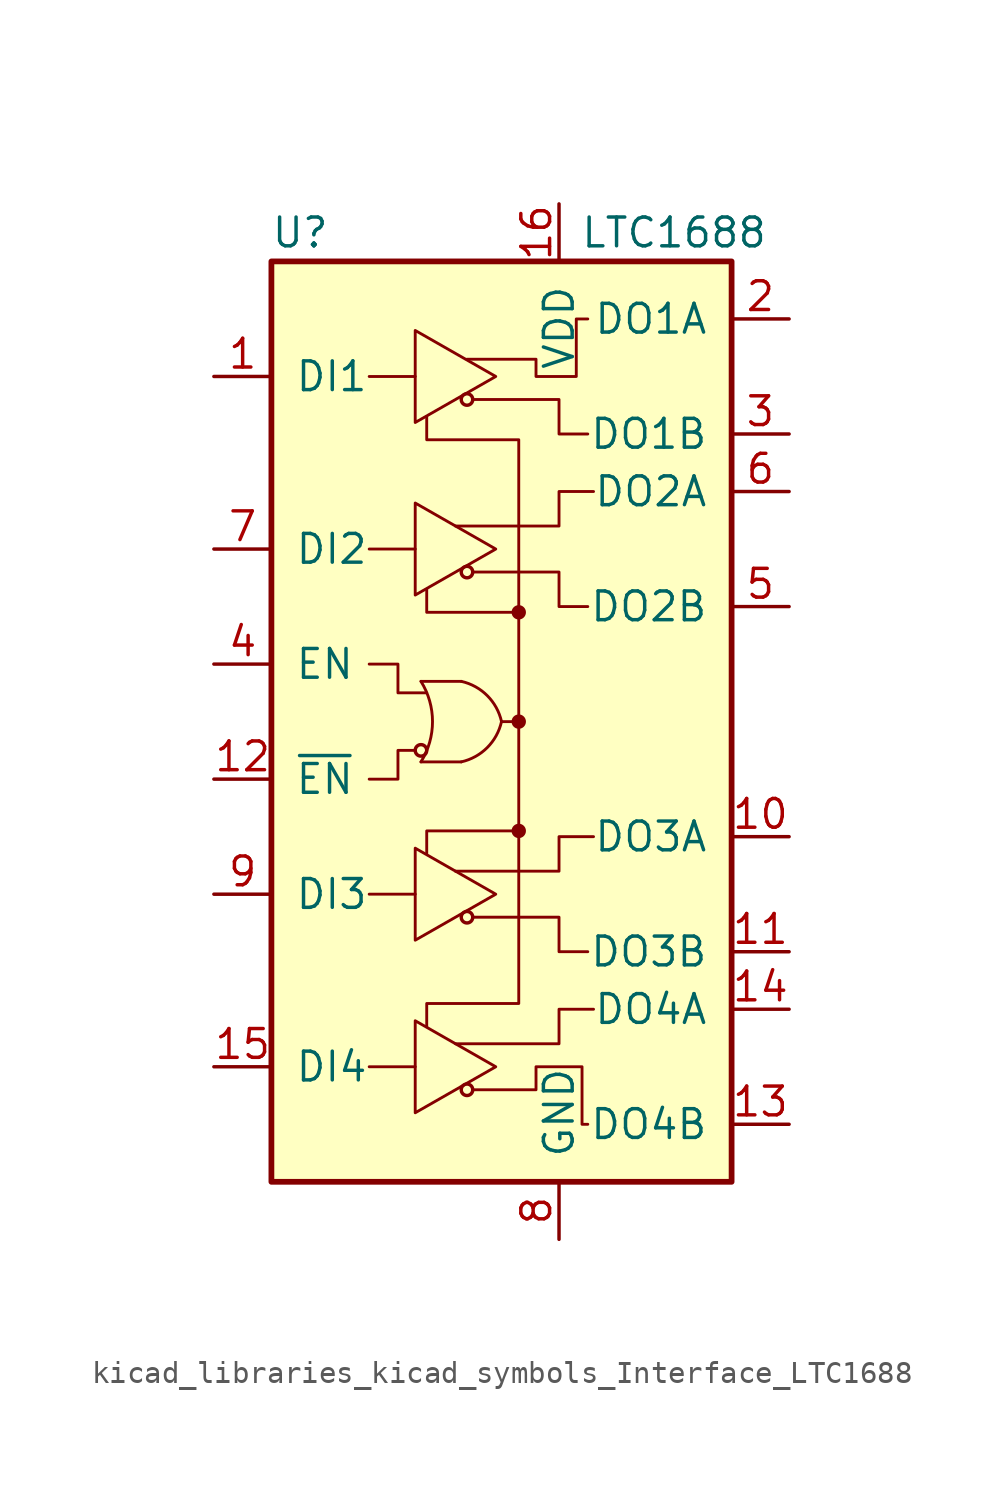
<source format=kicad_sym>
(kicad_symbol_lib
  (version 20220914)
  (generator kicad_symbol_editor)
  (symbol "kicad_libraries_kicad_symbols_Interface_LTC1688"
    (pin_names
      (offset 1.016))
    (property "Reference" "U"
      (at -8.89 21.59 0)
      (effects (font (size 1.27 1.27))))
    (property "Value" "LTC1688"
      (at 7.62 21.59 0)
      (effects (font (size 1.27 1.27))))
    (symbol "kicad_libraries_kicad_symbols_Interface_LTC1688_0_1"
      (rectangle (start -10.16 20.32) (end 10.16 -20.32) (stroke (width 0.254) (type default)) (fill (type background)))
      (polyline (pts (xy -5.842 -15.24) (xy -3.81 -15.24)) (stroke (width 0.127) (type default)) (fill (type none)))
      (polyline (pts (xy -5.842 -7.62) (xy -3.81 -7.62)) (stroke (width 0.127) (type default)) (fill (type none)))
      (polyline (pts (xy -5.842 7.62) (xy -3.81 7.62)) (stroke (width 0.127) (type default)) (fill (type none)))
      (polyline (pts (xy -5.842 15.24) (xy -3.81 15.24)) (stroke (width 0.127) (type default)) (fill (type none)))
      (polyline (pts (xy 0 0) (xy 0.762 0)) (stroke (width 0.127) (type default)) (fill (type none)))
      (polyline (pts (xy 0.762 -4.826) (xy -3.302 -4.826) (xy -3.302 -5.842)) (stroke (width 0.127) (type default)) (fill (type none)))
      (polyline (pts (xy 0.762 4.826) (xy -3.302 4.826) (xy -3.302 5.842)) (stroke (width 0.127) (type default)) (fill (type none)))
      (polyline (pts (xy -2.032 -14.224) (xy 2.54 -14.224) (xy 2.54 -12.7) (xy 4.064 -12.7)) (stroke (width 0.127) (type default)) (fill (type none)))
      (polyline (pts (xy -2.032 -6.604) (xy 2.54 -6.604) (xy 2.54 -5.08) (xy 4.064 -5.08)) (stroke (width 0.127) (type default)) (fill (type none)))
      (polyline (pts (xy -2.032 8.636) (xy 2.54 8.636) (xy 2.54 10.16) (xy 4.064 10.16)) (stroke (width 0.127) (type default)) (fill (type none)))
      (polyline (pts (xy 0.762 0) (xy 0.762 -2.54) (xy 0.762 -12.446) (xy -3.302 -12.446) (xy -3.302 -13.462)) (stroke (width 0.127) (type default)) (fill (type none)))
      (polyline (pts (xy 0.762 0) (xy 0.762 2.54) (xy 0.762 12.446) (xy -3.302 12.446) (xy -3.302 13.462)) (stroke (width 0.127) (type default)) (fill (type none)))
      (polyline (pts (xy -1.524 16.002) (xy 1.524 16.002) (xy 1.524 15.24) (xy 3.302 15.24) (xy 3.302 17.78) (xy 3.81 17.78)) (stroke (width 0.127) (type default)) (fill (type none)))
      (circle (center 0.762 -4.826) (radius 0.254) (stroke (width 0.127) (type default)) (fill (type outline)))
      (circle (center 0.762 0) (radius 0.254) (stroke (width 0.127) (type default)) (fill (type outline)))
      (circle (center 0.762 4.826) (radius 0.254) (stroke (width 0.127) (type default)) (fill (type outline))))
    (symbol "kicad_libraries_kicad_symbols_Interface_LTC1688_1_1"
      (arc (start -3.556 -1.778) (mid -3.0461 0) (end -3.556 1.778) (stroke (width 0.127) (type default)) (fill (type none)))
      (circle (center -3.556 -1.27) (radius 0.254) (stroke (width 0) (type default)) (fill (type none)))
      (arc (start -1.778 -1.778) (mid -0.6301 -1.1479) (end 0 0) (stroke (width 0.127) (type default)) (fill (type none)))
      (circle (center -1.524 -16.256) (radius 0.254) (stroke (width 0) (type default)) (fill (type none)))
      (circle (center -1.524 -8.636) (radius 0.254) (stroke (width 0) (type default)) (fill (type none)))
      (circle (center -1.524 6.604) (radius 0.254) (stroke (width 0) (type default)) (fill (type none)))
      (circle (center -1.524 14.224) (radius 0.254) (stroke (width 0) (type default)) (fill (type none)))
      (arc (start 0 0) (mid -0.6301 1.1479) (end -1.778 1.778) (stroke (width 0.127) (type default)) (fill (type none)))
      (polyline (pts (xy -3.556 -1.778) (xy -1.778 -1.778)) (stroke (width 0.127) (type default)) (fill (type none)))
      (polyline (pts (xy -1.778 1.778) (xy -3.556 1.778)) (stroke (width 0.127) (type default)) (fill (type none)))
      (polyline (pts (xy -5.842 2.54) (xy -4.572 2.54) (xy -4.572 1.27) (xy -3.302 1.27)) (stroke (width 0.127) (type default)) (fill (type none)))
      (polyline (pts (xy -3.81 -13.208) (xy -3.81 -17.272) (xy -0.254 -15.24) (xy -3.81 -13.208)) (stroke (width 0.127) (type default)) (fill (type none)))
      (polyline (pts (xy -3.81 -5.588) (xy -3.81 -9.652) (xy -0.254 -7.62) (xy -3.81 -5.588)) (stroke (width 0.127) (type default)) (fill (type none)))
      (polyline (pts (xy -3.81 -1.27) (xy -4.572 -1.27) (xy -4.572 -2.54) (xy -5.842 -2.54)) (stroke (width 0.127) (type default)) (fill (type none)))
      (polyline (pts (xy -3.81 9.652) (xy -3.81 5.588) (xy -0.254 7.62) (xy -3.81 9.652)) (stroke (width 0.127) (type default)) (fill (type none)))
      (polyline (pts (xy -3.81 17.272) (xy -3.81 13.208) (xy -0.254 15.24) (xy -3.81 17.272)) (stroke (width 0.127) (type default)) (fill (type none)))
      (polyline (pts (xy -1.27 -8.636) (xy 2.54 -8.636) (xy 2.54 -10.16) (xy 3.81 -10.16)) (stroke (width 0.127) (type default)) (fill (type none)))
      (polyline (pts (xy -1.27 6.604) (xy 2.54 6.604) (xy 2.54 5.08) (xy 3.81 5.08)) (stroke (width 0.127) (type default)) (fill (type none)))
      (polyline (pts (xy -1.27 14.224) (xy 2.54 14.224) (xy 2.54 12.7) (xy 3.81 12.7)) (stroke (width 0.127) (type default)) (fill (type none)))
      (polyline (pts (xy -1.27 -16.256) (xy 1.524 -16.256) (xy 1.524 -15.24) (xy 3.556 -15.24) (xy 3.556 -17.78) (xy 3.81 -17.78)) (stroke (width 0.127) (type default)) (fill (type none)))
      (pin input line (at -12.7 15.24 0) (length 2.54) (name "DI1" (effects (font (size 1.27 1.27)))) (number "1" (effects (font (size 1.27 1.27)))))
      (pin output line (at 12.7 -5.08 180) (length 2.54) (name "DO3A" (effects (font (size 1.27 1.27)))) (number "10" (effects (font (size 1.27 1.27)))))
      (pin output line (at 12.7 -10.16 180) (length 2.54) (name "DO3B" (effects (font (size 1.27 1.27)))) (number "11" (effects (font (size 1.27 1.27)))))
      (pin input line (at -12.7 -2.54 0) (length 2.54) (name "~{EN}" (effects (font (size 1.27 1.27)))) (number "12" (effects (font (size 1.27 1.27)))))
      (pin output line (at 12.7 -17.78 180) (length 2.54) (name "DO4B" (effects (font (size 1.27 1.27)))) (number "13" (effects (font (size 1.27 1.27)))))
      (pin output line (at 12.7 -12.7 180) (length 2.54) (name "DO4A" (effects (font (size 1.27 1.27)))) (number "14" (effects (font (size 1.27 1.27)))))
      (pin input line (at -12.7 -15.24 0) (length 2.54) (name "DI4" (effects (font (size 1.27 1.27)))) (number "15" (effects (font (size 1.27 1.27)))))
      (pin power_in line (at 2.54 22.86 270) (length 2.54) (name "VDD" (effects (font (size 1.27 1.27)))) (number "16" (effects (font (size 1.27 1.27)))))
      (pin output line (at 12.7 17.78 180) (length 2.54) (name "DO1A" (effects (font (size 1.27 1.27)))) (number "2" (effects (font (size 1.27 1.27)))))
      (pin output line (at 12.7 12.7 180) (length 2.54) (name "DO1B" (effects (font (size 1.27 1.27)))) (number "3" (effects (font (size 1.27 1.27)))))
      (pin input line (at -12.7 2.54 0) (length 2.54) (name "EN" (effects (font (size 1.27 1.27)))) (number "4" (effects (font (size 1.27 1.27)))))
      (pin output line (at 12.7 5.08 180) (length 2.54) (name "DO2B" (effects (font (size 1.27 1.27)))) (number "5" (effects (font (size 1.27 1.27)))))
      (pin output line (at 12.7 10.16 180) (length 2.54) (name "DO2A" (effects (font (size 1.27 1.27)))) (number "6" (effects (font (size 1.27 1.27)))))
      (pin input line (at -12.7 7.62 0) (length 2.54) (name "DI2" (effects (font (size 1.27 1.27)))) (number "7" (effects (font (size 1.27 1.27)))))
      (pin power_in line (at 2.54 -22.86 90) (length 2.54) (name "GND" (effects (font (size 1.27 1.27)))) (number "8" (effects (font (size 1.27 1.27)))))
      (pin input line (at -12.7 -7.62 0) (length 2.54) (name "DI3" (effects (font (size 1.27 1.27)))) (number "9" (effects (font (size 1.27 1.27))))))))
</source>
